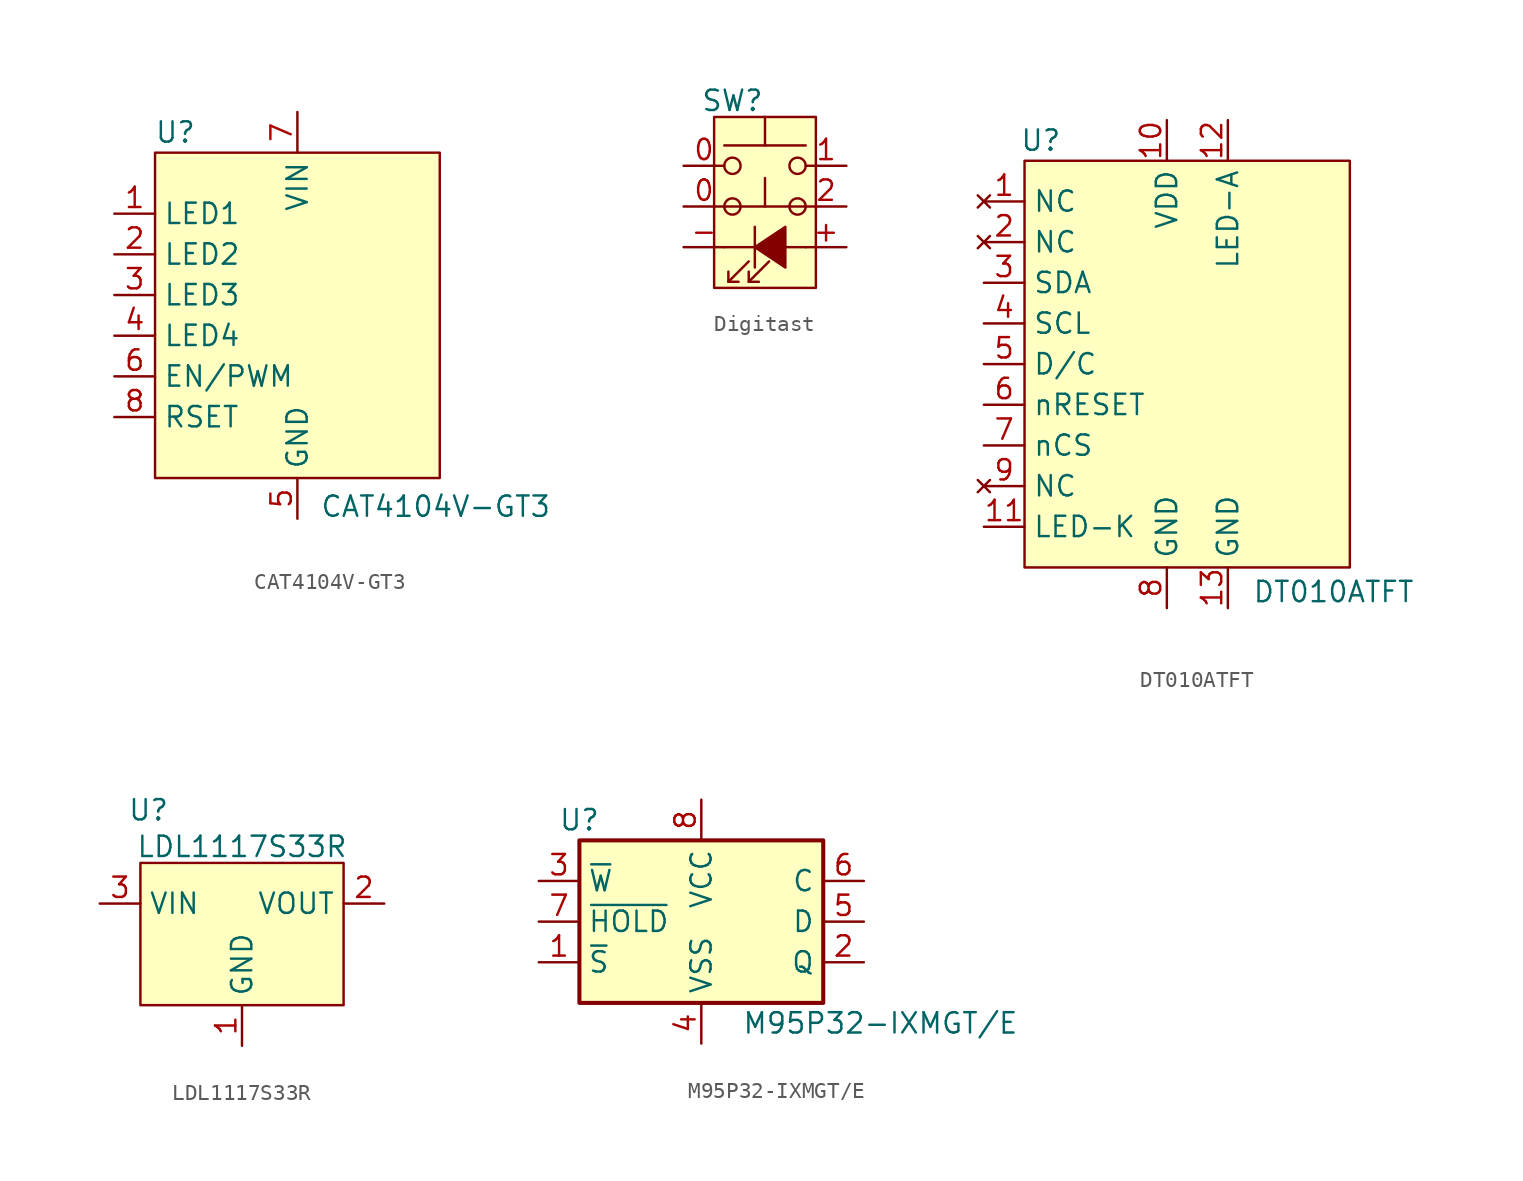
<source format=kicad_sym>
(kicad_symbol_lib
  (version 20231120)
  (generator "kicad_symbol_editor")
  (generator_version "8.0")
  (symbol "CAT4104V-GT3"
    (property "Reference" "U"
      (at 3.81 2.54 0)
      (effects (font (size 1.27 1.27))))
    (property "Value" " CAT4104V-GT3"
      (at 20.066 -20.828 0)
      (effects (font (size 1.27 1.27))))
    (symbol "CAT4104V-GT3_0_0"
      (pin power_out line (at 0 -2.54 0) (length 2.54) (name "LED1" (effects (font (size 1.27 1.27)))) (number "1" (effects (font (size 1.27 1.27)))))
      (pin power_out line (at 0 -5.08 0) (length 2.54) (name "LED2" (effects (font (size 1.27 1.27)))) (number "2" (effects (font (size 1.27 1.27)))))
      (pin power_out line (at 0 -7.62 0) (length 2.54) (name "LED3" (effects (font (size 1.27 1.27)))) (number "3" (effects (font (size 1.27 1.27)))))
      (pin power_out line (at 0 -10.16 0) (length 2.54) (name "LED4" (effects (font (size 1.27 1.27)))) (number "4" (effects (font (size 1.27 1.27)))))
      (pin power_in line (at 11.43 -21.59 90) (length 2.54) (name "GND" (effects (font (size 1.27 1.27)))) (number "5" (effects (font (size 1.27 1.27)))))
      (pin input line (at 0 -12.7 0) (length 2.54) (name "EN/PWM" (effects (font (size 1.27 1.27)))) (number "6" (effects (font (size 1.27 1.27)))))
      (pin power_in line (at 11.43 3.81 270) (length 2.54) (name "VIN" (effects (font (size 1.27 1.27)))) (number "7" (effects (font (size 1.27 1.27)))))
      (pin input line (at 0 -15.24 0) (length 2.54) (name "RSET" (effects (font (size 1.27 1.27)))) (number "8" (effects (font (size 1.27 1.27))))))
    (symbol "CAT4104V-GT3_0_1"
      (rectangle (start 2.54 1.27) (end 20.32 -19.05) (stroke (width 0) (type default)) (fill (type background)))))
  (symbol "Digitast"
    (property "Reference" "SW"
      (at -2.032 6.604 0)
      (effects (font (size 1.27 1.27))))
    (property "Value" ""
      (at 0 -1.27 0)
      (effects (font (size 1.27 1.27))))
    (symbol "Digitast_0_0"
      (polyline (pts (xy -2.54 -2.54) (xy 2.54 -2.54)) (stroke (width 0) (type default)) (fill (type none)))
      (polyline (pts (xy -2.286 -4.699) (xy -1.016 -3.429)) (stroke (width 0) (type default)) (fill (type none)))
      (polyline (pts (xy -1.016 -4.699) (xy 0.254 -3.429)) (stroke (width 0) (type default)) (fill (type none)))
      (polyline (pts (xy -0.635 -1.27) (xy -0.635 -3.81)) (stroke (width 0) (type default)) (fill (type none)))
      (polyline (pts (xy -2.286 -4.064) (xy -2.286 -4.699) (xy -1.651 -4.699)) (stroke (width 0) (type default)) (fill (type none)))
      (polyline (pts (xy -1.016 -4.064) (xy -1.016 -4.699) (xy -0.381 -4.699)) (stroke (width 0) (type default)) (fill (type none)))
      (polyline (pts (xy -0.635 -2.54) (xy 1.27 -1.27) (xy 1.27 -3.81) (xy -0.635 -2.54)) (stroke (width 0) (type default)) (fill (type outline)))
      (pin passive line (at -5.08 0 0) (length 2.54) (name "" (effects (font (size 1.27 1.27)))) (number "0" (effects (font (size 1.27 1.27)))))
      (pin passive line (at 5.08 0 180) (length 2.54) (name "" (effects (font (size 1.27 1.27)))) (number "2" (effects (font (size 1.27 1.27))))))
    (symbol "Digitast_0_1"
      (circle (center -2.032 0) (radius 0.508) (stroke (width 0) (type default)) (fill (type none)))
      (circle (center -2.032 2.54) (radius 0.508) (stroke (width 0) (type default)) (fill (type none)))
      (polyline (pts (xy 0 0) (xy 0 1.778)) (stroke (width 0) (type default)) (fill (type none)))
      (polyline (pts (xy 0 3.81) (xy 0 5.588)) (stroke (width 0) (type default)) (fill (type none)))
      (polyline (pts (xy 2.54 0) (xy -2.54 0)) (stroke (width 0) (type default)) (fill (type none)))
      (polyline (pts (xy 2.54 3.81) (xy -2.54 3.81)) (stroke (width 0) (type default)) (fill (type none)))
      (circle (center 2.032 0) (radius 0.508) (stroke (width 0) (type default)) (fill (type none)))
      (circle (center 2.032 2.54) (radius 0.508) (stroke (width 0) (type default)) (fill (type none)))
      (pin passive line (at 5.08 -2.54 180) (length 2.54) (name "" (effects (font (size 1.27 1.27)))) (number "+" (effects (font (size 1.27 1.27)))))
      (pin passive line (at -5.08 -2.54 0) (length 2.54) (name "" (effects (font (size 1.27 1.27)))) (number "-" (effects (font (size 1.27 1.27)))))
      (pin passive line (at 5.08 2.54 180) (length 2.54) (name "" (effects (font (size 1.27 1.27)))) (number "1" (effects (font (size 1.27 1.27))))))
    (symbol "Digitast_1_1"
      (rectangle (start -3.175 5.588) (end 3.175 -5.08) (stroke (width 0) (type default)) (fill (type background)))
      (pin passive line (at -5.08 2.54 0) (length 2.54) (name "" (effects (font (size 1.27 1.27)))) (number "0" (effects (font (size 1.27 1.27)))))))
  (symbol "DT010ATFT"
    (property "Reference" "U"
      (at 3.556 2.54 0)
      (effects (font (size 1.27 1.27))))
    (property "Value" "DT010ATFT"
      (at 21.844 -25.654 0)
      (effects (font (size 1.27 1.27))))
    (symbol "DT010ATFT_0_0"
      (pin no_connect line (at 0 -1.27 0) (length 2.54) (name "NC" (effects (font (size 1.27 1.27)))) (number "1" (effects (font (size 1.27 1.27)))))
      (pin power_in line (at 11.43 3.81 270) (length 2.54) (name "VDD" (effects (font (size 1.27 1.27)))) (number "10" (effects (font (size 1.27 1.27)))))
      (pin power_in line (at 0 -21.59 0) (length 2.54) (name "LED-K" (effects (font (size 1.27 1.27)))) (number "11" (effects (font (size 1.27 1.27)))))
      (pin power_in line (at 15.24 3.81 270) (length 2.54) (name "LED-A" (effects (font (size 1.27 1.27)))) (number "12" (effects (font (size 1.27 1.27)))))
      (pin power_in line (at 15.24 -26.67 90) (length 2.54) (name "GND" (effects (font (size 1.27 1.27)))) (number "13" (effects (font (size 1.27 1.27)))))
      (pin no_connect line (at 0 -3.81 0) (length 2.54) (name "NC" (effects (font (size 1.27 1.27)))) (number "2" (effects (font (size 1.27 1.27)))))
      (pin bidirectional line (at 0 -6.35 0) (length 2.54) (name "SDA" (effects (font (size 1.27 1.27)))) (number "3" (effects (font (size 1.27 1.27)))))
      (pin input line (at 0 -8.89 0) (length 2.54) (name "SCL" (effects (font (size 1.27 1.27)))) (number "4" (effects (font (size 1.27 1.27)))))
      (pin input line (at 0 -11.43 0) (length 2.54) (name "D/C" (effects (font (size 1.27 1.27)))) (number "5" (effects (font (size 1.27 1.27)))))
      (pin input line (at 0 -13.97 0) (length 2.54) (name "nRESET" (effects (font (size 1.27 1.27)))) (number "6" (effects (font (size 1.27 1.27)))))
      (pin input line (at 0 -16.51 0) (length 2.54) (name "nCS" (effects (font (size 1.27 1.27)))) (number "7" (effects (font (size 1.27 1.27)))))
      (pin power_in line (at 11.43 -26.67 90) (length 2.54) (name "GND" (effects (font (size 1.27 1.27)))) (number "8" (effects (font (size 1.27 1.27)))))
      (pin no_connect line (at 0 -19.05 0) (length 2.54) (name "NC" (effects (font (size 1.27 1.27)))) (number "9" (effects (font (size 1.27 1.27))))))
    (symbol "DT010ATFT_0_1"
      (rectangle (start 2.54 1.27) (end 22.86 -24.13) (stroke (width 0) (type default)) (fill (type background)))))
  (symbol "LDL1117S33R"
    (property "Reference" "U"
      (at -5.842 7.112 0)
      (effects (font (size 1.27 1.27))))
    (property "Value" "LDL1117S33R"
      (at 0 4.826 0)
      (effects (font (size 1.27 1.27))))
    (symbol "LDL1117S33R_0_0"
      (pin power_in line (at 0 -7.62 90) (length 2.54) (name "GND" (effects (font (size 1.27 1.27)))) (number "1" (effects (font (size 1.27 1.27)))))
      (pin power_out line (at 8.89 1.27 180) (length 2.54) (name "VOUT" (effects (font (size 1.27 1.27)))) (number "2" (effects (font (size 1.27 1.27)))))
      (pin power_in line (at -8.89 1.27 0) (length 2.54) (name "VIN" (effects (font (size 1.27 1.27)))) (number "3" (effects (font (size 1.27 1.27))))))
    (symbol "LDL1117S33R_0_1"
      (rectangle (start -6.35 3.81) (end 6.35 -5.08) (stroke (width 0) (type default)) (fill (type background)))))
  (symbol "M95P32-IXMGT/E"
    (property "Reference" "U"
      (at -7.62 6.35 0)
      (effects (font (size 1.27 1.27))))
    (property "Value" "M95P32-IXMGT/E"
      (at 2.54 -6.35 0)
      (effects (font (size 1.27 1.27)) (justify left)))
    (symbol "M95P32-IXMGT/E_1_1"
      (rectangle (start -7.62 5.08) (end 7.62 -5.08) (stroke (width 0.254) (type default)) (fill (type background)))
      (pin input line (at -10.16 -2.54 0) (length 2.54) (name "~{S}" (effects (font (size 1.27 1.27)))) (number "1" (effects (font (size 1.27 1.27)))))
      (pin output line (at 10.16 -2.54 180) (length 2.54) (name "Q" (effects (font (size 1.27 1.27)))) (number "2" (effects (font (size 1.27 1.27)))))
      (pin input line (at -10.16 2.54 0) (length 2.54) (name "~{W}" (effects (font (size 1.27 1.27)))) (number "3" (effects (font (size 1.27 1.27)))))
      (pin power_in line (at 0 -7.62 90) (length 2.54) (name "VSS" (effects (font (size 1.27 1.27)))) (number "4" (effects (font (size 1.27 1.27)))))
      (pin input line (at 10.16 0 180) (length 2.54) (name "D" (effects (font (size 1.27 1.27)))) (number "5" (effects (font (size 1.27 1.27)))))
      (pin input line (at 10.16 2.54 180) (length 2.54) (name "C" (effects (font (size 1.27 1.27)))) (number "6" (effects (font (size 1.27 1.27)))))
      (pin input line (at -10.16 0 0) (length 2.54) (name "~{HOLD}" (effects (font (size 1.27 1.27)))) (number "7" (effects (font (size 1.27 1.27)))))
      (pin power_in line (at 0 7.62 270) (length 2.54) (name "VCC" (effects (font (size 1.27 1.27)))) (number "8" (effects (font (size 1.27 1.27))))))))
</source>
